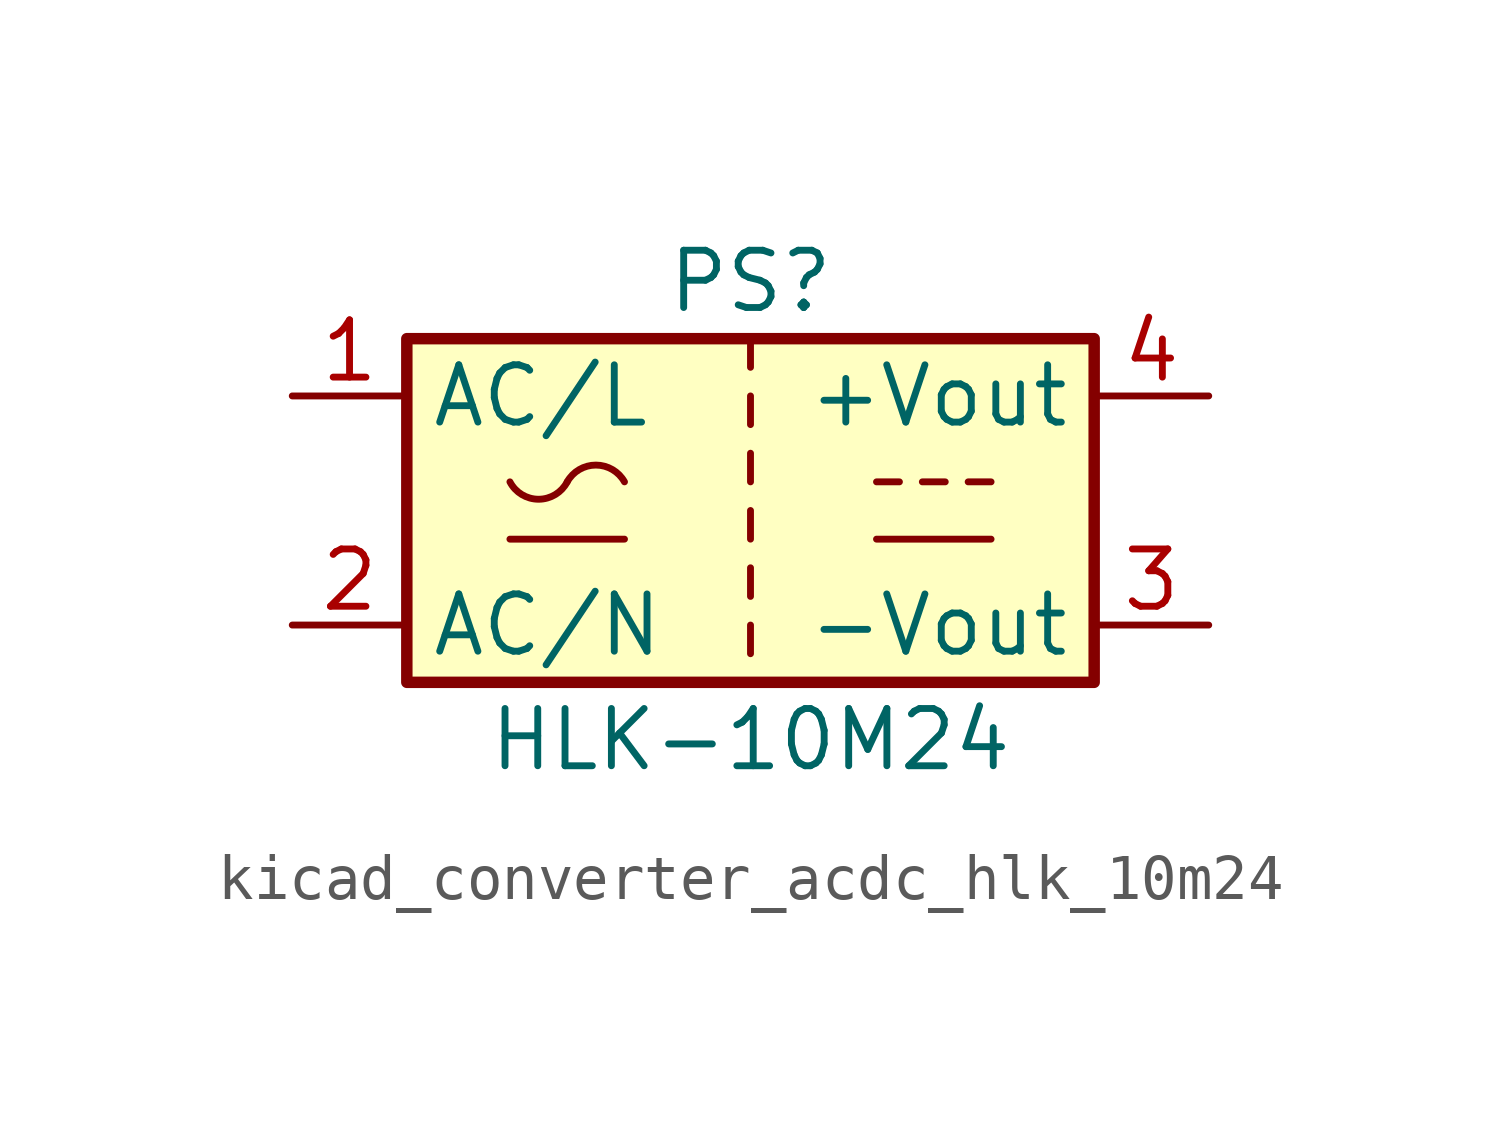
<source format=kicad_sym>
(kicad_symbol_lib
  (version 20220914)
  (generator kicad_symbol_editor)
  (symbol "kicad_converter_acdc_hlk_10m24"
    (property "Reference" "PS"
      (at 0 5.08 0)
      (effects (font (size 1.27 1.27))))
    (property "Value" "HLK-10M24"
      (at 0 -5.08 0)
      (effects (font (size 1.27 1.27))))
    (symbol "kicad_converter_acdc_hlk_10m24_0_1"
      (rectangle (start -7.62 3.81) (end 7.62 -3.81) (stroke (width 0.254) (type default)) (fill (type background)))
      (arc (start -5.334 0.635) (mid -4.699 0.2495) (end -4.064 0.635) (stroke (width 0) (type default)) (fill (type none)))
      (arc (start -2.794 0.635) (mid -3.429 1.0072) (end -4.064 0.635) (stroke (width 0) (type default)) (fill (type none)))
      (polyline (pts (xy -5.334 -0.635) (xy -2.794 -0.635)) (stroke (width 0) (type default)) (fill (type none)))
      (polyline (pts (xy 0 -2.54) (xy 0 -3.175)) (stroke (width 0) (type default)) (fill (type none)))
      (polyline (pts (xy 0 -1.27) (xy 0 -1.905)) (stroke (width 0) (type default)) (fill (type none)))
      (polyline (pts (xy 0 0) (xy 0 -0.635)) (stroke (width 0) (type default)) (fill (type none)))
      (polyline (pts (xy 0 1.27) (xy 0 0.635)) (stroke (width 0) (type default)) (fill (type none)))
      (polyline (pts (xy 0 2.54) (xy 0 1.905)) (stroke (width 0) (type default)) (fill (type none)))
      (polyline (pts (xy 0 3.81) (xy 0 3.175)) (stroke (width 0) (type default)) (fill (type none)))
      (polyline (pts (xy 2.794 -0.635) (xy 5.334 -0.635)) (stroke (width 0) (type default)) (fill (type none)))
      (polyline (pts (xy 2.794 0.635) (xy 3.302 0.635)) (stroke (width 0) (type default)) (fill (type none)))
      (polyline (pts (xy 3.81 0.635) (xy 4.318 0.635)) (stroke (width 0) (type default)) (fill (type none)))
      (polyline (pts (xy 4.826 0.635) (xy 5.334 0.635)) (stroke (width 0) (type default)) (fill (type none))))
    (symbol "kicad_converter_acdc_hlk_10m24_1_1"
      (pin power_in line (at -10.16 2.54 0) (length 2.54) (name "AC/L" (effects (font (size 1.27 1.27)))) (number "1" (effects (font (size 1.27 1.27)))))
      (pin power_in line (at -10.16 -2.54 0) (length 2.54) (name "AC/N" (effects (font (size 1.27 1.27)))) (number "2" (effects (font (size 1.27 1.27)))))
      (pin power_out line (at 10.16 -2.54 180) (length 2.54) (name "-Vout" (effects (font (size 1.27 1.27)))) (number "3" (effects (font (size 1.27 1.27)))))
      (pin power_out line (at 10.16 2.54 180) (length 2.54) (name "+Vout" (effects (font (size 1.27 1.27)))) (number "4" (effects (font (size 1.27 1.27))))))))
</source>
